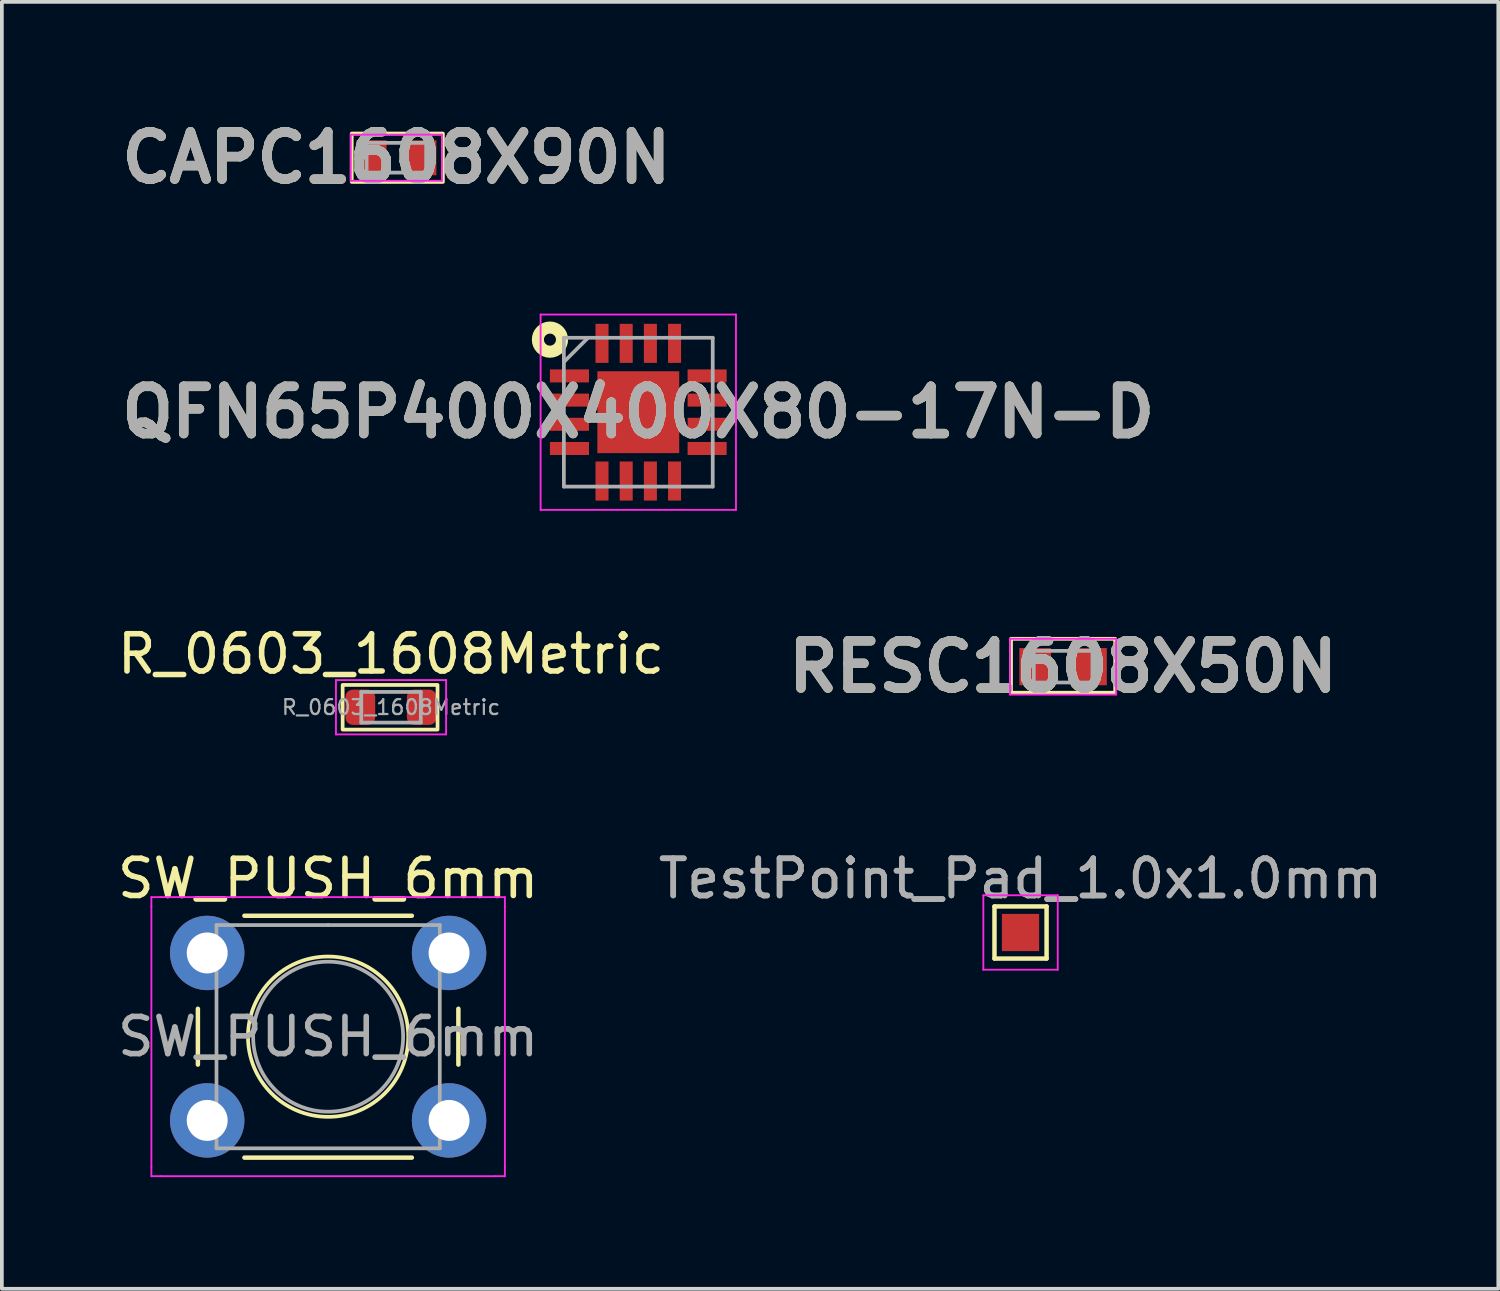
<source format=kicad_pcb>
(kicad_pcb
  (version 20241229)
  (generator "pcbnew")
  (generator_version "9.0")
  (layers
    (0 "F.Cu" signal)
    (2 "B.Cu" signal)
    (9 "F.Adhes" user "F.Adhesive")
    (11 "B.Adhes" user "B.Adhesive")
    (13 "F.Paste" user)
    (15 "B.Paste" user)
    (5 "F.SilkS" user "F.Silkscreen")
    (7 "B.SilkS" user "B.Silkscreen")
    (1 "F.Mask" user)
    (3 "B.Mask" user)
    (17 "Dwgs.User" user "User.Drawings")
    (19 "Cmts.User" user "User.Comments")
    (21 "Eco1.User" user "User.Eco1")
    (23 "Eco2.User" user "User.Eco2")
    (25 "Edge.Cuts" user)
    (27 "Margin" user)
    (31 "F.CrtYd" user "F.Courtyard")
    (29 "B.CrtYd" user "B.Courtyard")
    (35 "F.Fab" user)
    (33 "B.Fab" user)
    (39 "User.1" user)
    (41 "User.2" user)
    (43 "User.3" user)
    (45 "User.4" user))
  (footprint "SW_PUSH_6mm"
    (layer "F.Cu")
    (at 2.518 22.559)
    (property "Reference" "SW_PUSH_6mm" (at 3.25 -2 0) (layer "F.SilkS") (effects (font (size 1 1) (thickness 0.15))))
    (attr through_hole)
    (fp_line (start -0.25 1.5) (end -0.25 3) (stroke (width 0.12) (type solid)) (layer "F.SilkS"))
    (fp_line (start 1 5.5) (end 5.5 5.5) (stroke (width 0.12) (type solid)) (layer "F.SilkS"))
    (fp_line (start 5.5 -1) (end 1 -1) (stroke (width 0.12) (type solid)) (layer "F.SilkS"))
    (fp_line (start 6.75 3) (end 6.75 1.5) (stroke (width 0.12) (type solid)) (layer "F.SilkS"))
    (fp_circle (center 3.25 2.25) (end 5.25 1.45) (stroke (width 0.1) (type default)) (fill no) (layer "F.SilkS"))
    (fp_line (start -1.5 -1.5) (end -1.25 -1.5) (stroke (width 0.05) (type solid)) (layer "F.CrtYd"))
    (fp_line (start -1.5 -1.25) (end -1.5 -1.5) (stroke (width 0.05) (type solid)) (layer "F.CrtYd"))
    (fp_line (start -1.5 5.75) (end -1.5 -1.25) (stroke (width 0.05) (type solid)) (layer "F.CrtYd"))
    (fp_line (start -1.5 5.75) (end -1.5 6) (stroke (width 0.05) (type solid)) (layer "F.CrtYd"))
    (fp_line (start -1.5 6) (end -1.25 6) (stroke (width 0.05) (type solid)) (layer "F.CrtYd"))
    (fp_line (start -1.25 -1.5) (end 7.75 -1.5) (stroke (width 0.05) (type solid)) (layer "F.CrtYd"))
    (fp_line (start 7.75 -1.5) (end 8 -1.5) (stroke (width 0.05) (type solid)) (layer "F.CrtYd"))
    (fp_line (start 7.75 6) (end -1.25 6) (stroke (width 0.05) (type solid)) (layer "F.CrtYd"))
    (fp_line (start 7.75 6) (end 8 6) (stroke (width 0.05) (type solid)) (layer "F.CrtYd"))
    (fp_line (start 8 -1.5) (end 8 -1.25) (stroke (width 0.05) (type solid)) (layer "F.CrtYd"))
    (fp_line (start 8 -1.25) (end 8 5.75) (stroke (width 0.05) (type solid)) (layer "F.CrtYd"))
    (fp_line (start 8 6) (end 8 5.75) (stroke (width 0.05) (type solid)) (layer "F.CrtYd"))
    (fp_line (start 0.25 -0.75) (end 3.25 -0.75) (stroke (width 0.1) (type solid)) (layer "F.Fab"))
    (fp_line (start 0.25 5.25) (end 0.25 -0.75) (stroke (width 0.1) (type solid)) (layer "F.Fab"))
    (fp_line (start 3.25 -0.75) (end 6.25 -0.75) (stroke (width 0.1) (type solid)) (layer "F.Fab"))
    (fp_line (start 6.25 -0.75) (end 6.25 5.25) (stroke (width 0.1) (type solid)) (layer "F.Fab"))
    (fp_line (start 6.25 5.25) (end 0.25 5.25) (stroke (width 0.1) (type solid)) (layer "F.Fab"))
    (fp_circle (center 3.25 2.25) (end 1.25 2.5) (stroke (width 0.1) (type solid)) (fill no) (layer "F.Fab"))
    (fp_text user "${REFERENCE}" (at 3.25 2.25 0) (layer "F.Fab") (effects (font (size 1 1) (thickness 0.15))))
    (pad "1" thru_hole circle (at 0 0 90) (size 2 2) (drill 1.1) (layers "*.Cu" "*.Mask"))
    (pad "1" thru_hole circle (at 6.5 0 90) (size 2 2) (drill 1.1) (layers "*.Cu" "*.Mask"))
    (pad "2" thru_hole circle (at 0 4.5 90) (size 2 2) (drill 1.1) (layers "*.Cu" "*.Mask"))
    (pad "2" thru_hole circle (at 6.5 4.5 90) (size 2 2) (drill 1.1) (layers "*.Cu" "*.Mask")))
  (footprint "RESC1608X50N"
    (layer "F.Cu")
    (at 25.519 14.866)
    (property "Reference" "RESC1608X50N" (at 0 0 0) (layer "F.SilkS") (effects (font (size 1.27 1.27) (thickness 0.254))))
    (attr smd)
    (fp_rect (start -1.4 -0.75) (end 1.4 0.7) (stroke (width 0.1) (type default)) (fill no) (layer "F.SilkS"))
    (fp_line (start -1.425 -0.75) (end 1.425 -0.75) (stroke (width 0.05) (type solid)) (layer "F.CrtYd"))
    (fp_line (start -1.425 0.75) (end -1.425 -0.75) (stroke (width 0.05) (type solid)) (layer "F.CrtYd"))
    (fp_line (start 1.425 -0.75) (end 1.425 0.75) (stroke (width 0.05) (type solid)) (layer "F.CrtYd"))
    (fp_line (start 1.425 0.75) (end -1.425 0.75) (stroke (width 0.05) (type solid)) (layer "F.CrtYd"))
    (fp_line (start -0.788 -0.425) (end 0.788 -0.425) (stroke (width 0.1) (type solid)) (layer "F.Fab"))
    (fp_line (start -0.788 0.425) (end -0.788 -0.425) (stroke (width 0.1) (type solid)) (layer "F.Fab"))
    (fp_line (start 0.788 -0.425) (end 0.788 0.425) (stroke (width 0.1) (type solid)) (layer "F.Fab"))
    (fp_line (start 0.788 0.425) (end -0.788 0.425) (stroke (width 0.1) (type solid)) (layer "F.Fab"))
    (fp_text user "${REFERENCE}" (at 0 0 0) (layer "F.Fab") (effects (font (size 1.27 1.27) (thickness 0.254))))
    (pad "1" smd rect (at -0.75 0) (size 0.85 1) (layers "F.Cu" "F.Mask" "F.Paste"))
    (pad "2" smd rect (at 0.75 0) (size 0.85 1) (layers "F.Cu" "F.Mask" "F.Paste")))
  (footprint "TestPoint_Pad_1.0x1.0mm"
    (layer "F.Cu")
    (at 24.375 22.009)
    (property "Reference" "TestPoint_Pad_1.0x1.0mm" (at 0 -1.448 0) (layer "F.Fab") (effects (font (size 1 1) (thickness 0.15))))
    (attr exclude_from_pos_files exclude_from_bom)
    (fp_line (start -0.7 -0.7) (end 0.7 -0.7) (stroke (width 0.12) (type solid)) (layer "F.SilkS"))
    (fp_line (start -0.7 0.7) (end -0.7 -0.7) (stroke (width 0.12) (type solid)) (layer "F.SilkS"))
    (fp_line (start 0.7 -0.7) (end 0.7 0.7) (stroke (width 0.12) (type solid)) (layer "F.SilkS"))
    (fp_line (start 0.7 0.7) (end -0.7 0.7) (stroke (width 0.12) (type solid)) (layer "F.SilkS"))
    (fp_line (start -1 -1) (end -1 1) (stroke (width 0.05) (type solid)) (layer "F.CrtYd"))
    (fp_line (start -1 -1) (end 1 -1) (stroke (width 0.05) (type solid)) (layer "F.CrtYd"))
    (fp_line (start 1 1) (end -1 1) (stroke (width 0.05) (type solid)) (layer "F.CrtYd"))
    (fp_line (start 1 1) (end 1 -1) (stroke (width 0.05) (type solid)) (layer "F.CrtYd"))
    (fp_text user "${REFERENCE}" (at 0 -1.45 0) (layer "F.Fab") (effects (font (size 1 1) (thickness 0.15))))
    (pad "1" smd rect (at 0 0) (size 1 1) (layers "F.Cu" "F.Mask")))
  (footprint "CAPC1608X90N"
    (layer "F.Cu")
    (at 7.602 1.189)
    (property "Reference" "CAPC1608X90N" (at 0 0 0) (layer "F.SilkS") (effects (font (size 1.27 1.27) (thickness 0.254))))
    (attr smd)
    (fp_rect (start -1.2 -0.65) (end 1.25 0.65) (stroke (width 0.1) (type default)) (fill no) (layer "F.SilkS"))
    (fp_line (start -1.225 -0.62) (end 1.225 -0.62) (stroke (width 0.05) (type solid)) (layer "F.CrtYd"))
    (fp_line (start -1.225 0.62) (end -1.225 -0.62) (stroke (width 0.05) (type solid)) (layer "F.CrtYd"))
    (fp_line (start 1.225 -0.62) (end 1.225 0.62) (stroke (width 0.05) (type solid)) (layer "F.CrtYd"))
    (fp_line (start 1.225 0.62) (end -1.225 0.62) (stroke (width 0.05) (type solid)) (layer "F.CrtYd"))
    (fp_line (start -0.8 -0.4) (end 0.8 -0.4) (stroke (width 0.1) (type solid)) (layer "F.Fab"))
    (fp_line (start -0.8 0.4) (end -0.8 -0.4) (stroke (width 0.1) (type solid)) (layer "F.Fab"))
    (fp_line (start 0.8 -0.4) (end 0.8 0.4) (stroke (width 0.1) (type solid)) (layer "F.Fab"))
    (fp_line (start 0.8 0.4) (end -0.8 0.4) (stroke (width 0.1) (type solid)) (layer "F.Fab"))
    (fp_text user "${REFERENCE}" (at 0 0 0) (layer "F.Fab") (effects (font (size 1.27 1.27) (thickness 0.254))))
    (pad "1" smd rect (at -0.67 0) (size 0.81 0.94) (layers "F.Cu" "F.Mask" "F.Paste"))
    (pad "2" smd rect (at 0.67 0) (size 0.81 0.94) (layers "F.Cu" "F.Mask" "F.Paste")))
  (footprint "QFN65P400X400X80-17N-D"
    (layer "F.Cu")
    (at 14.103 8.027)
    (property "Reference" "QFN65P400X400X80-17N-D" (at 0 0 0) (layer "F.SilkS") (effects (font (size 1.27 1.27) (thickness 0.254))))
    (attr smd)
    (fp_circle (center -2.374 -1.95) (end -2.374 -1.788) (stroke (width 0.325) (type solid)) (fill no) (layer "F.SilkS"))
    (fp_line (start -2.625 -2.625) (end 2.625 -2.625) (stroke (width 0.05) (type solid)) (layer "F.CrtYd"))
    (fp_line (start -2.625 2.625) (end -2.625 -2.625) (stroke (width 0.05) (type solid)) (layer "F.CrtYd"))
    (fp_line (start 2.625 -2.625) (end 2.625 2.625) (stroke (width 0.05) (type solid)) (layer "F.CrtYd"))
    (fp_line (start 2.625 2.625) (end -2.625 2.625) (stroke (width 0.05) (type solid)) (layer "F.CrtYd"))
    (fp_line (start -2 -2) (end 2 -2) (stroke (width 0.1) (type solid)) (layer "F.Fab"))
    (fp_line (start -2 -1.35) (end -1.35 -2) (stroke (width 0.1) (type solid)) (layer "F.Fab"))
    (fp_line (start -2 2) (end -2 -2) (stroke (width 0.1) (type solid)) (layer "F.Fab"))
    (fp_line (start 2 -2) (end 2 2) (stroke (width 0.1) (type solid)) (layer "F.Fab"))
    (fp_line (start 2 2) (end -2 2) (stroke (width 0.1) (type solid)) (layer "F.Fab"))
    (fp_text user "${REFERENCE}" (at 0 0 0) (layer "F.Fab") (effects (font (size 1.27 1.27) (thickness 0.254))))
    (pad "1" smd rect (at -1.85 -0.975 90) (size 0.35 1.05) (layers "F.Cu" "F.Mask" "F.Paste"))
    (pad "2" smd rect (at -1.85 -0.325 90) (size 0.35 1.05) (layers "F.Cu" "F.Mask" "F.Paste"))
    (pad "3" smd rect (at -1.85 0.325 90) (size 0.35 1.05) (layers "F.Cu" "F.Mask" "F.Paste"))
    (pad "4" smd rect (at -1.85 0.975 90) (size 0.35 1.05) (layers "F.Cu" "F.Mask" "F.Paste"))
    (pad "5" smd rect (at -0.975 1.85) (size 0.35 1.05) (layers "F.Cu" "F.Mask" "F.Paste"))
    (pad "6" smd rect (at -0.325 1.85) (size 0.35 1.05) (layers "F.Cu" "F.Mask" "F.Paste"))
    (pad "7" smd rect (at 0.325 1.85) (size 0.35 1.05) (layers "F.Cu" "F.Mask" "F.Paste"))
    (pad "8" smd rect (at 0.975 1.85) (size 0.35 1.05) (layers "F.Cu" "F.Mask" "F.Paste"))
    (pad "9" smd rect (at 1.85 0.975 90) (size 0.35 1.05) (layers "F.Cu" "F.Mask" "F.Paste"))
    (pad "10" smd rect (at 1.85 0.325 90) (size 0.35 1.05) (layers "F.Cu" "F.Mask" "F.Paste"))
    (pad "11" smd rect (at 1.85 -0.325 90) (size 0.35 1.05) (layers "F.Cu" "F.Mask" "F.Paste"))
    (pad "12" smd rect (at 1.85 -0.975 90) (size 0.35 1.05) (layers "F.Cu" "F.Mask" "F.Paste"))
    (pad "13" smd rect (at 0.975 -1.85) (size 0.35 1.05) (layers "F.Cu" "F.Mask" "F.Paste"))
    (pad "14" smd rect (at 0.325 -1.85) (size 0.35 1.05) (layers "F.Cu" "F.Mask" "F.Paste"))
    (pad "15" smd rect (at -0.325 -1.85) (size 0.35 1.05) (layers "F.Cu" "F.Mask" "F.Paste"))
    (pad "16" smd rect (at -0.975 -1.85) (size 0.35 1.05) (layers "F.Cu" "F.Mask" "F.Paste"))
    (pad "17" smd rect (at 0 0) (size 2.2 2.2) (layers "F.Cu" "F.Mask" "F.Paste")))
  (footprint "R_0603_1608Metric"
    (layer "F.Cu")
    (at 7.458 15.956)
    (property "Reference" "R_0603_1608Metric" (at 0 -1.43 0) (layer "F.SilkS") (effects (font (size 1 1) (thickness 0.15))))
    (attr smd)
    (fp_rect (start -1.3 -0.6) (end 1.25 0.6) (stroke (width 0.1) (type default)) (fill no) (layer "F.SilkS"))
    (fp_line (start -1.48 -0.73) (end 1.48 -0.73) (stroke (width 0.05) (type solid)) (layer "F.CrtYd"))
    (fp_line (start -1.48 0.73) (end -1.48 -0.73) (stroke (width 0.05) (type solid)) (layer "F.CrtYd"))
    (fp_line (start 1.48 -0.73) (end 1.48 0.73) (stroke (width 0.05) (type solid)) (layer "F.CrtYd"))
    (fp_line (start 1.48 0.73) (end -1.48 0.73) (stroke (width 0.05) (type solid)) (layer "F.CrtYd"))
    (fp_line (start -0.8 -0.412) (end 0.8 -0.412) (stroke (width 0.1) (type solid)) (layer "F.Fab"))
    (fp_line (start -0.8 0.412) (end -0.8 -0.412) (stroke (width 0.1) (type solid)) (layer "F.Fab"))
    (fp_line (start 0.8 -0.412) (end 0.8 0.412) (stroke (width 0.1) (type solid)) (layer "F.Fab"))
    (fp_line (start 0.8 0.412) (end -0.8 0.412) (stroke (width 0.1) (type solid)) (layer "F.Fab"))
    (fp_text user "${REFERENCE}" (at 0 0 0) (layer "F.Fab") (effects (font (size 0.4 0.4) (thickness 0.06))))
    (pad "1" smd roundrect (at -0.825 0) (size 0.8 0.95) (layers "F.Cu" "F.Mask" "F.Paste") (roundrect_rratio 0.25))
    (pad "2" smd roundrect (at 0.825 0) (size 0.8 0.95) (layers "F.Cu" "F.Mask" "F.Paste") (roundrect_rratio 0.25)))
  (gr_rect
    (start -3 -3)
    (end 37.214 31.584)
    (stroke (width 0.1) (type default))
    (fill no)
    (layer "Edge.Cuts")))
</source>
